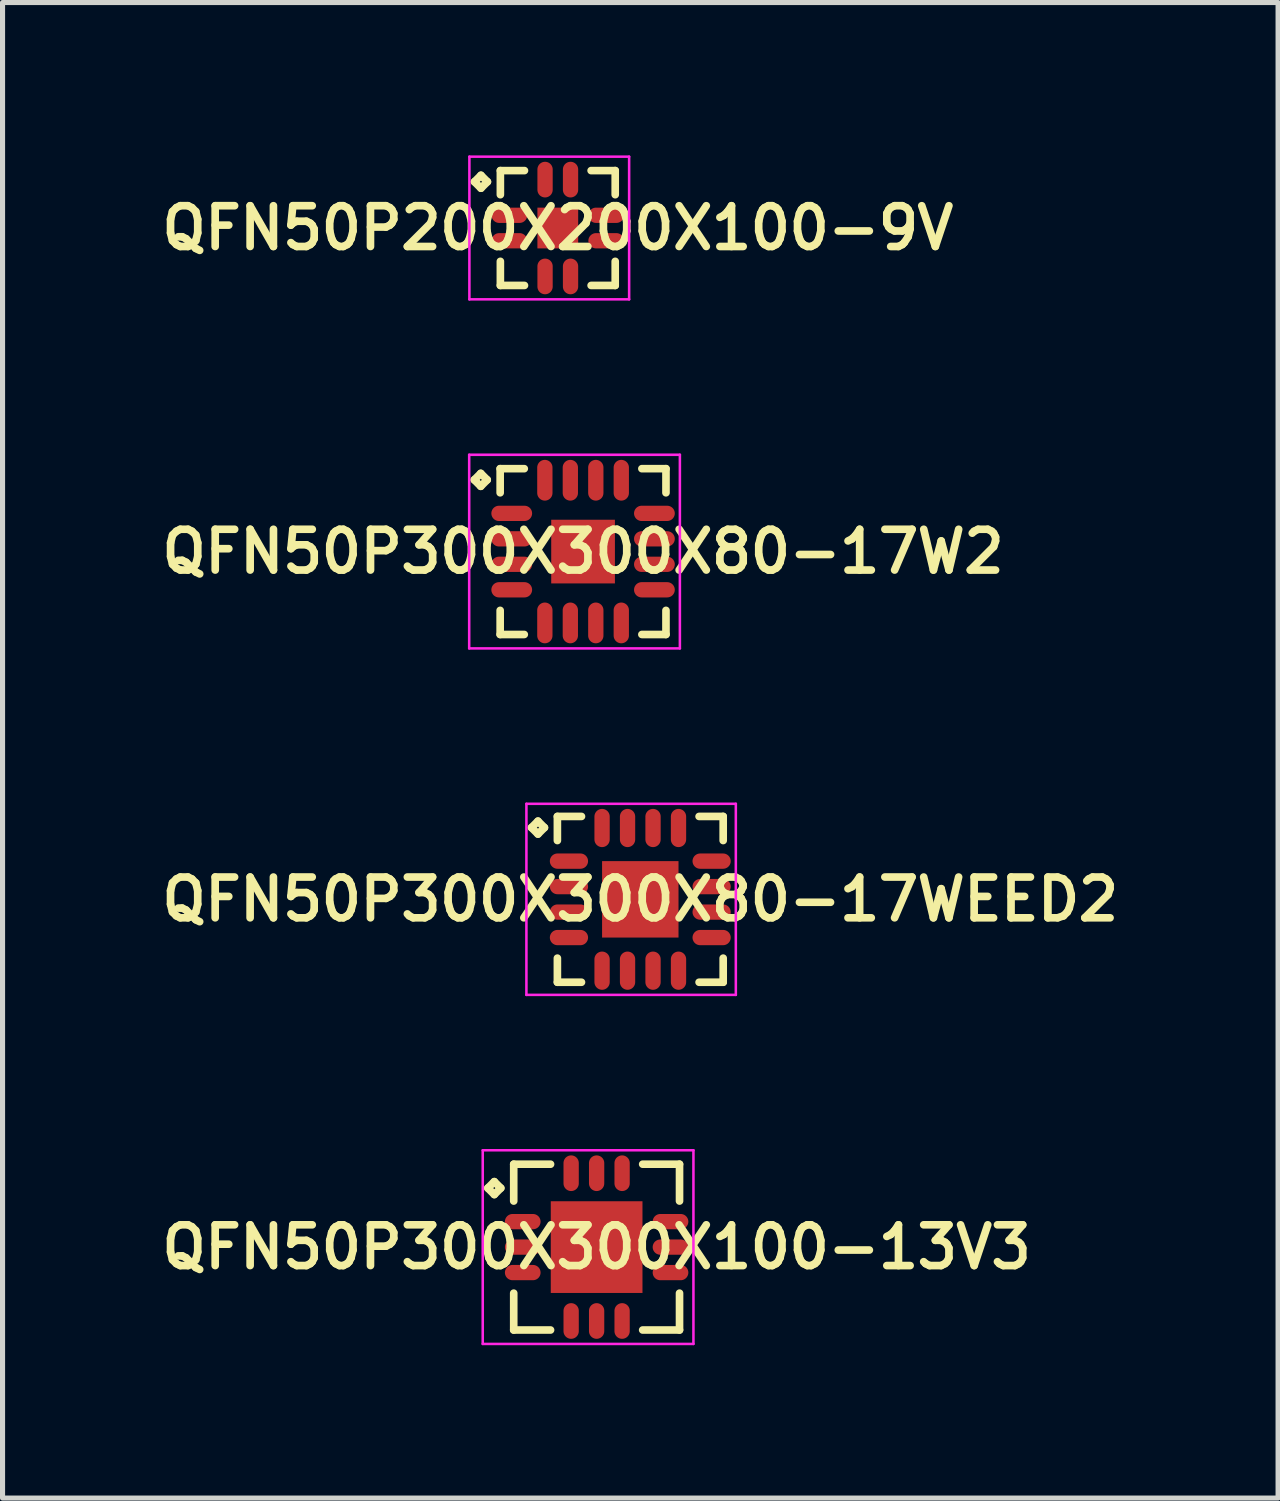
<source format=kicad_pcb>
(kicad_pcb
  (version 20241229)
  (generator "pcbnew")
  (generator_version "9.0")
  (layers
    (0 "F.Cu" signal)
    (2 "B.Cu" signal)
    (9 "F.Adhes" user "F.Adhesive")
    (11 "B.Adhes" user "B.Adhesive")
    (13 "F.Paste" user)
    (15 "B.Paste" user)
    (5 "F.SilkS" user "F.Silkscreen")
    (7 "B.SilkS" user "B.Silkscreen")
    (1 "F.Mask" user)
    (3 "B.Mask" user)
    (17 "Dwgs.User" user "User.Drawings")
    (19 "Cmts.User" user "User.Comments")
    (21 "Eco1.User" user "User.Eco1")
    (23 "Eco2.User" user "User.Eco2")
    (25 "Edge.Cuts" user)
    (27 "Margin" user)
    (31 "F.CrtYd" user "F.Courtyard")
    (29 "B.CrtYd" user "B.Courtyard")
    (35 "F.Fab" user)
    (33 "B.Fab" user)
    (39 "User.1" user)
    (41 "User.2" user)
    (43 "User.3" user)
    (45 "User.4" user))
  (footprint "QFN50P300X300X100-13V3"
    (layer "F.Cu")
    (at 8.659 21.425)
    (property "Reference" "QFN50P300X300X100-13V3" (at 0 0 0) (layer "F.SilkS") (effects (font (size 0.8 0.8) (thickness 0.15))))
    (attr smd)
    (fp_line (start -2.135 -1.158) (end -2.008 -1.285) (stroke (width 0.15) (type solid)) (layer "F.SilkS"))
    (fp_line (start -2.008 -1.285) (end -1.881 -1.158) (stroke (width 0.15) (type solid)) (layer "F.SilkS"))
    (fp_line (start -2.008 -1.031) (end -2.135 -1.158) (stroke (width 0.15) (type solid)) (layer "F.SilkS"))
    (fp_line (start -1.881 -1.158) (end -2.008 -1.031) (stroke (width 0.15) (type solid)) (layer "F.SilkS"))
    (fp_line (start -1.627 -1.627) (end -0.904 -1.627) (stroke (width 0.15) (type solid)) (layer "F.SilkS"))
    (fp_line (start -1.627 -0.904) (end -1.627 -1.627) (stroke (width 0.15) (type solid)) (layer "F.SilkS"))
    (fp_line (start -1.627 0.904) (end -1.627 1.627) (stroke (width 0.15) (type solid)) (layer "F.SilkS"))
    (fp_line (start -1.627 1.627) (end -0.904 1.627) (stroke (width 0.15) (type solid)) (layer "F.SilkS"))
    (fp_line (start 0.904 -1.627) (end 1.627 -1.627) (stroke (width 0.15) (type solid)) (layer "F.SilkS"))
    (fp_line (start 0.904 1.627) (end 1.627 1.627) (stroke (width 0.15) (type solid)) (layer "F.SilkS"))
    (fp_line (start 1.627 -1.627) (end 1.627 -0.904) (stroke (width 0.15) (type solid)) (layer "F.SilkS"))
    (fp_line (start 1.627 1.627) (end 1.627 0.904) (stroke (width 0.15) (type solid)) (layer "F.SilkS"))
    (fp_line (start -2.235 -1.9) (end 1.9 -1.9) (stroke (width 0.05) (type solid)) (layer "F.CrtYd"))
    (fp_line (start -2.235 1.9) (end -2.235 -1.9) (stroke (width 0.05) (type solid)) (layer "F.CrtYd"))
    (fp_line (start 1.9 -1.9) (end 1.9 1.9) (stroke (width 0.05) (type solid)) (layer "F.CrtYd"))
    (fp_line (start 1.9 1.9) (end -2.235 1.9) (stroke (width 0.05) (type solid)) (layer "F.CrtYd"))
    (pad "1" smd oval (at -1.45 -0.5) (size 0.7 0.3) (layers "F.Cu" "F.Mask" "F.Paste"))
    (pad "2" smd oval (at -1.45 0) (size 0.7 0.3) (layers "F.Cu" "F.Mask" "F.Paste"))
    (pad "3" smd oval (at -1.45 0.5) (size 0.7 0.3) (layers "F.Cu" "F.Mask" "F.Paste"))
    (pad "4" smd oval (at -0.5 1.45) (size 0.3 0.7) (layers "F.Cu" "F.Mask" "F.Paste"))
    (pad "5" smd oval (at 0 1.45) (size 0.3 0.7) (layers "F.Cu" "F.Mask" "F.Paste"))
    (pad "6" smd oval (at 0.5 1.45) (size 0.3 0.7) (layers "F.Cu" "F.Mask" "F.Paste"))
    (pad "7" smd oval (at 1.45 0.5) (size 0.7 0.3) (layers "F.Cu" "F.Mask" "F.Paste"))
    (pad "8" smd oval (at 1.45 0) (size 0.7 0.3) (layers "F.Cu" "F.Mask" "F.Paste"))
    (pad "9" smd oval (at 1.45 -0.5) (size 0.7 0.3) (layers "F.Cu" "F.Mask" "F.Paste"))
    (pad "10" smd oval (at 0.5 -1.45) (size 0.3 0.7) (layers "F.Cu" "F.Mask" "F.Paste"))
    (pad "11" smd oval (at 0 -1.45) (size 0.3 0.7) (layers "F.Cu" "F.Mask" "F.Paste"))
    (pad "12" smd oval (at -0.5 -1.45) (size 0.3 0.7) (layers "F.Cu" "F.Mask" "F.Paste"))
    (pad "13" smd rect (at 0 0) (size 1.8 1.8) (layers "F.Cu" "F.Mask" "F.Paste")))
  (footprint "QFN50P300X300X80-17W2"
    (layer "F.Cu")
    (at 8.393 7.775)
    (property "Reference" "QFN50P300X300X80-17W2" (at 0 0 0) (layer "F.SilkS") (effects (font (size 0.8 0.8) (thickness 0.15))))
    (attr smd)
    (fp_line (start -2.135 -1.408) (end -2.008 -1.535) (stroke (width 0.15) (type solid)) (layer "F.SilkS"))
    (fp_line (start -2.008 -1.535) (end -1.881 -1.408) (stroke (width 0.15) (type solid)) (layer "F.SilkS"))
    (fp_line (start -2.008 -1.281) (end -2.135 -1.408) (stroke (width 0.15) (type solid)) (layer "F.SilkS"))
    (fp_line (start -1.881 -1.408) (end -2.008 -1.281) (stroke (width 0.15) (type solid)) (layer "F.SilkS"))
    (fp_line (start -1.627 -1.627) (end -1.154 -1.627) (stroke (width 0.15) (type solid)) (layer "F.SilkS"))
    (fp_line (start -1.627 -1.154) (end -1.627 -1.627) (stroke (width 0.15) (type solid)) (layer "F.SilkS"))
    (fp_line (start -1.627 1.154) (end -1.627 1.627) (stroke (width 0.15) (type solid)) (layer "F.SilkS"))
    (fp_line (start -1.627 1.627) (end -1.154 1.627) (stroke (width 0.15) (type solid)) (layer "F.SilkS"))
    (fp_line (start 1.154 -1.627) (end 1.627 -1.627) (stroke (width 0.15) (type solid)) (layer "F.SilkS"))
    (fp_line (start 1.154 1.627) (end 1.627 1.627) (stroke (width 0.15) (type solid)) (layer "F.SilkS"))
    (fp_line (start 1.627 -1.627) (end 1.627 -1.154) (stroke (width 0.15) (type solid)) (layer "F.SilkS"))
    (fp_line (start 1.627 1.627) (end 1.627 1.154) (stroke (width 0.15) (type solid)) (layer "F.SilkS"))
    (fp_line (start -2.235 -1.9) (end 1.9 -1.9) (stroke (width 0.05) (type solid)) (layer "F.CrtYd"))
    (fp_line (start -2.235 1.9) (end -2.235 -1.9) (stroke (width 0.05) (type solid)) (layer "F.CrtYd"))
    (fp_line (start 1.9 -1.9) (end 1.9 1.9) (stroke (width 0.05) (type solid)) (layer "F.CrtYd"))
    (fp_line (start 1.9 1.9) (end -2.235 1.9) (stroke (width 0.05) (type solid)) (layer "F.CrtYd"))
    (pad "1" smd oval (at -1.4 -0.75) (size 0.8 0.3) (layers "F.Cu" "F.Mask" "F.Paste"))
    (pad "2" smd oval (at -1.4 -0.25) (size 0.8 0.3) (layers "F.Cu" "F.Mask" "F.Paste"))
    (pad "3" smd oval (at -1.4 0.25) (size 0.8 0.3) (layers "F.Cu" "F.Mask" "F.Paste"))
    (pad "4" smd oval (at -1.4 0.75) (size 0.8 0.3) (layers "F.Cu" "F.Mask" "F.Paste"))
    (pad "5" smd oval (at -0.75 1.4) (size 0.3 0.8) (layers "F.Cu" "F.Mask" "F.Paste"))
    (pad "6" smd oval (at -0.25 1.4) (size 0.3 0.8) (layers "F.Cu" "F.Mask" "F.Paste"))
    (pad "7" smd oval (at 0.25 1.4) (size 0.3 0.8) (layers "F.Cu" "F.Mask" "F.Paste"))
    (pad "8" smd oval (at 0.75 1.4) (size 0.3 0.8) (layers "F.Cu" "F.Mask" "F.Paste"))
    (pad "9" smd oval (at 1.4 0.75) (size 0.8 0.3) (layers "F.Cu" "F.Mask" "F.Paste"))
    (pad "10" smd oval (at 1.4 0.25) (size 0.8 0.3) (layers "F.Cu" "F.Mask" "F.Paste"))
    (pad "11" smd oval (at 1.4 -0.25) (size 0.8 0.3) (layers "F.Cu" "F.Mask" "F.Paste"))
    (pad "12" smd oval (at 1.4 -0.75) (size 0.8 0.3) (layers "F.Cu" "F.Mask" "F.Paste"))
    (pad "13" smd oval (at 0.75 -1.4) (size 0.3 0.8) (layers "F.Cu" "F.Mask" "F.Paste"))
    (pad "14" smd oval (at 0.25 -1.4) (size 0.3 0.8) (layers "F.Cu" "F.Mask" "F.Paste"))
    (pad "15" smd oval (at -0.25 -1.4) (size 0.3 0.8) (layers "F.Cu" "F.Mask" "F.Paste"))
    (pad "16" smd oval (at -0.75 -1.4) (size 0.3 0.8) (layers "F.Cu" "F.Mask" "F.Paste"))
    (pad "17" smd rect (at 0 0) (size 1.25 1.25) (layers "F.Cu" "F.Mask" "F.Paste")))
  (footprint "QFN50P200X200X100-9V"
    (layer "F.Cu")
    (at 7.897 1.425)
    (property "Reference" "QFN50P200X200X100-9V" (at 0 0 0) (layer "F.SilkS") (effects (font (size 0.8 0.8) (thickness 0.15))))
    (attr smd)
    (fp_line (start -1.635 -0.908) (end -1.508 -1.035) (stroke (width 0.15) (type solid)) (layer "F.SilkS"))
    (fp_line (start -1.508 -1.035) (end -1.381 -0.908) (stroke (width 0.15) (type solid)) (layer "F.SilkS"))
    (fp_line (start -1.508 -0.781) (end -1.635 -0.908) (stroke (width 0.15) (type solid)) (layer "F.SilkS"))
    (fp_line (start -1.381 -0.908) (end -1.508 -0.781) (stroke (width 0.15) (type solid)) (layer "F.SilkS"))
    (fp_line (start -1.127 -1.127) (end -0.654 -1.127) (stroke (width 0.15) (type solid)) (layer "F.SilkS"))
    (fp_line (start -1.127 -0.654) (end -1.127 -1.127) (stroke (width 0.15) (type solid)) (layer "F.SilkS"))
    (fp_line (start -1.127 0.654) (end -1.127 1.127) (stroke (width 0.15) (type solid)) (layer "F.SilkS"))
    (fp_line (start -1.127 1.127) (end -0.654 1.127) (stroke (width 0.15) (type solid)) (layer "F.SilkS"))
    (fp_line (start 0.654 -1.127) (end 1.127 -1.127) (stroke (width 0.15) (type solid)) (layer "F.SilkS"))
    (fp_line (start 0.654 1.127) (end 1.127 1.127) (stroke (width 0.15) (type solid)) (layer "F.SilkS"))
    (fp_line (start 1.127 -1.127) (end 1.127 -0.654) (stroke (width 0.15) (type solid)) (layer "F.SilkS"))
    (fp_line (start 1.127 1.127) (end 1.127 0.654) (stroke (width 0.15) (type solid)) (layer "F.SilkS"))
    (fp_line (start -1.735 -1.4) (end 1.4 -1.4) (stroke (width 0.05) (type solid)) (layer "F.CrtYd"))
    (fp_line (start -1.735 1.4) (end -1.735 -1.4) (stroke (width 0.05) (type solid)) (layer "F.CrtYd"))
    (fp_line (start 1.4 -1.4) (end 1.4 1.4) (stroke (width 0.05) (type solid)) (layer "F.CrtYd"))
    (fp_line (start 1.4 1.4) (end -1.735 1.4) (stroke (width 0.05) (type solid)) (layer "F.CrtYd"))
    (pad "1" smd oval (at -0.95 -0.25) (size 0.7 0.3) (layers "F.Cu" "F.Mask" "F.Paste"))
    (pad "2" smd oval (at -0.95 0.25) (size 0.7 0.3) (layers "F.Cu" "F.Mask" "F.Paste"))
    (pad "3" smd oval (at -0.25 0.95) (size 0.3 0.7) (layers "F.Cu" "F.Mask" "F.Paste"))
    (pad "4" smd oval (at 0.25 0.95) (size 0.3 0.7) (layers "F.Cu" "F.Mask" "F.Paste"))
    (pad "5" smd oval (at 0.95 0.25) (size 0.7 0.3) (layers "F.Cu" "F.Mask" "F.Paste"))
    (pad "6" smd oval (at 0.95 -0.25) (size 0.7 0.3) (layers "F.Cu" "F.Mask" "F.Paste"))
    (pad "7" smd oval (at 0.25 -0.95) (size 0.3 0.7) (layers "F.Cu" "F.Mask" "F.Paste"))
    (pad "8" smd oval (at -0.25 -0.95) (size 0.3 0.7) (layers "F.Cu" "F.Mask" "F.Paste"))
    (pad "9" smd rect (at 0 0) (size 0.8 0.8) (layers "F.Cu" "F.Mask" "F.Paste")))
  (footprint "QFN50P300X300X80-17WEED2"
    (layer "F.Cu")
    (at 9.516 14.6)
    (property "Reference" "QFN50P300X300X80-17WEED2" (at 0 0 0) (layer "F.SilkS") (effects (font (size 0.8 0.8) (thickness 0.15))))
    (attr smd)
    (fp_line (start -2.135 -1.408) (end -2.008 -1.535) (stroke (width 0.15) (type solid)) (layer "F.SilkS"))
    (fp_line (start -2.008 -1.535) (end -1.881 -1.408) (stroke (width 0.15) (type solid)) (layer "F.SilkS"))
    (fp_line (start -2.008 -1.281) (end -2.135 -1.408) (stroke (width 0.15) (type solid)) (layer "F.SilkS"))
    (fp_line (start -1.881 -1.408) (end -2.008 -1.281) (stroke (width 0.15) (type solid)) (layer "F.SilkS"))
    (fp_line (start -1.627 -1.627) (end -1.154 -1.627) (stroke (width 0.15) (type solid)) (layer "F.SilkS"))
    (fp_line (start -1.627 -1.154) (end -1.627 -1.627) (stroke (width 0.15) (type solid)) (layer "F.SilkS"))
    (fp_line (start -1.627 1.154) (end -1.627 1.627) (stroke (width 0.15) (type solid)) (layer "F.SilkS"))
    (fp_line (start -1.627 1.627) (end -1.154 1.627) (stroke (width 0.15) (type solid)) (layer "F.SilkS"))
    (fp_line (start 1.154 -1.627) (end 1.627 -1.627) (stroke (width 0.15) (type solid)) (layer "F.SilkS"))
    (fp_line (start 1.154 1.627) (end 1.627 1.627) (stroke (width 0.15) (type solid)) (layer "F.SilkS"))
    (fp_line (start 1.627 -1.627) (end 1.627 -1.154) (stroke (width 0.15) (type solid)) (layer "F.SilkS"))
    (fp_line (start 1.627 1.627) (end 1.627 1.154) (stroke (width 0.15) (type solid)) (layer "F.SilkS"))
    (fp_line (start -2.235 -1.875) (end 1.875 -1.875) (stroke (width 0.05) (type solid)) (layer "F.CrtYd"))
    (fp_line (start -2.235 1.875) (end -2.235 -1.875) (stroke (width 0.05) (type solid)) (layer "F.CrtYd"))
    (fp_line (start 1.875 -1.875) (end 1.875 1.875) (stroke (width 0.05) (type solid)) (layer "F.CrtYd"))
    (fp_line (start 1.875 1.875) (end -2.235 1.875) (stroke (width 0.05) (type solid)) (layer "F.CrtYd"))
    (pad "1" smd oval (at -1.4 -0.75) (size 0.75 0.3) (layers "F.Cu" "F.Mask" "F.Paste"))
    (pad "2" smd oval (at -1.4 -0.25) (size 0.75 0.3) (layers "F.Cu" "F.Mask" "F.Paste"))
    (pad "3" smd oval (at -1.4 0.25) (size 0.75 0.3) (layers "F.Cu" "F.Mask" "F.Paste"))
    (pad "4" smd oval (at -1.4 0.75) (size 0.75 0.3) (layers "F.Cu" "F.Mask" "F.Paste"))
    (pad "5" smd oval (at -0.75 1.4) (size 0.3 0.75) (layers "F.Cu" "F.Mask" "F.Paste"))
    (pad "6" smd oval (at -0.25 1.4) (size 0.3 0.75) (layers "F.Cu" "F.Mask" "F.Paste"))
    (pad "7" smd oval (at 0.25 1.4) (size 0.3 0.75) (layers "F.Cu" "F.Mask" "F.Paste"))
    (pad "8" smd oval (at 0.75 1.4) (size 0.3 0.75) (layers "F.Cu" "F.Mask" "F.Paste"))
    (pad "9" smd oval (at 1.4 0.75) (size 0.75 0.3) (layers "F.Cu" "F.Mask" "F.Paste"))
    (pad "10" smd oval (at 1.4 0.25) (size 0.75 0.3) (layers "F.Cu" "F.Mask" "F.Paste"))
    (pad "11" smd oval (at 1.4 -0.25) (size 0.75 0.3) (layers "F.Cu" "F.Mask" "F.Paste"))
    (pad "12" smd oval (at 1.4 -0.75) (size 0.75 0.3) (layers "F.Cu" "F.Mask" "F.Paste"))
    (pad "13" smd oval (at 0.75 -1.4) (size 0.3 0.75) (layers "F.Cu" "F.Mask" "F.Paste"))
    (pad "14" smd oval (at 0.25 -1.4) (size 0.3 0.75) (layers "F.Cu" "F.Mask" "F.Paste"))
    (pad "15" smd oval (at -0.25 -1.4) (size 0.3 0.75) (layers "F.Cu" "F.Mask" "F.Paste"))
    (pad "16" smd oval (at -0.75 -1.4) (size 0.3 0.75) (layers "F.Cu" "F.Mask" "F.Paste"))
    (pad "17" smd rect (at 0 0) (size 1.5 1.5) (layers "F.Cu" "F.Mask" "F.Paste")))
  (gr_rect
    (start -3 -3)
    (end 22.033 26.35)
    (stroke (width 0.1) (type default))
    (fill no)
    (layer "Edge.Cuts")))
</source>
